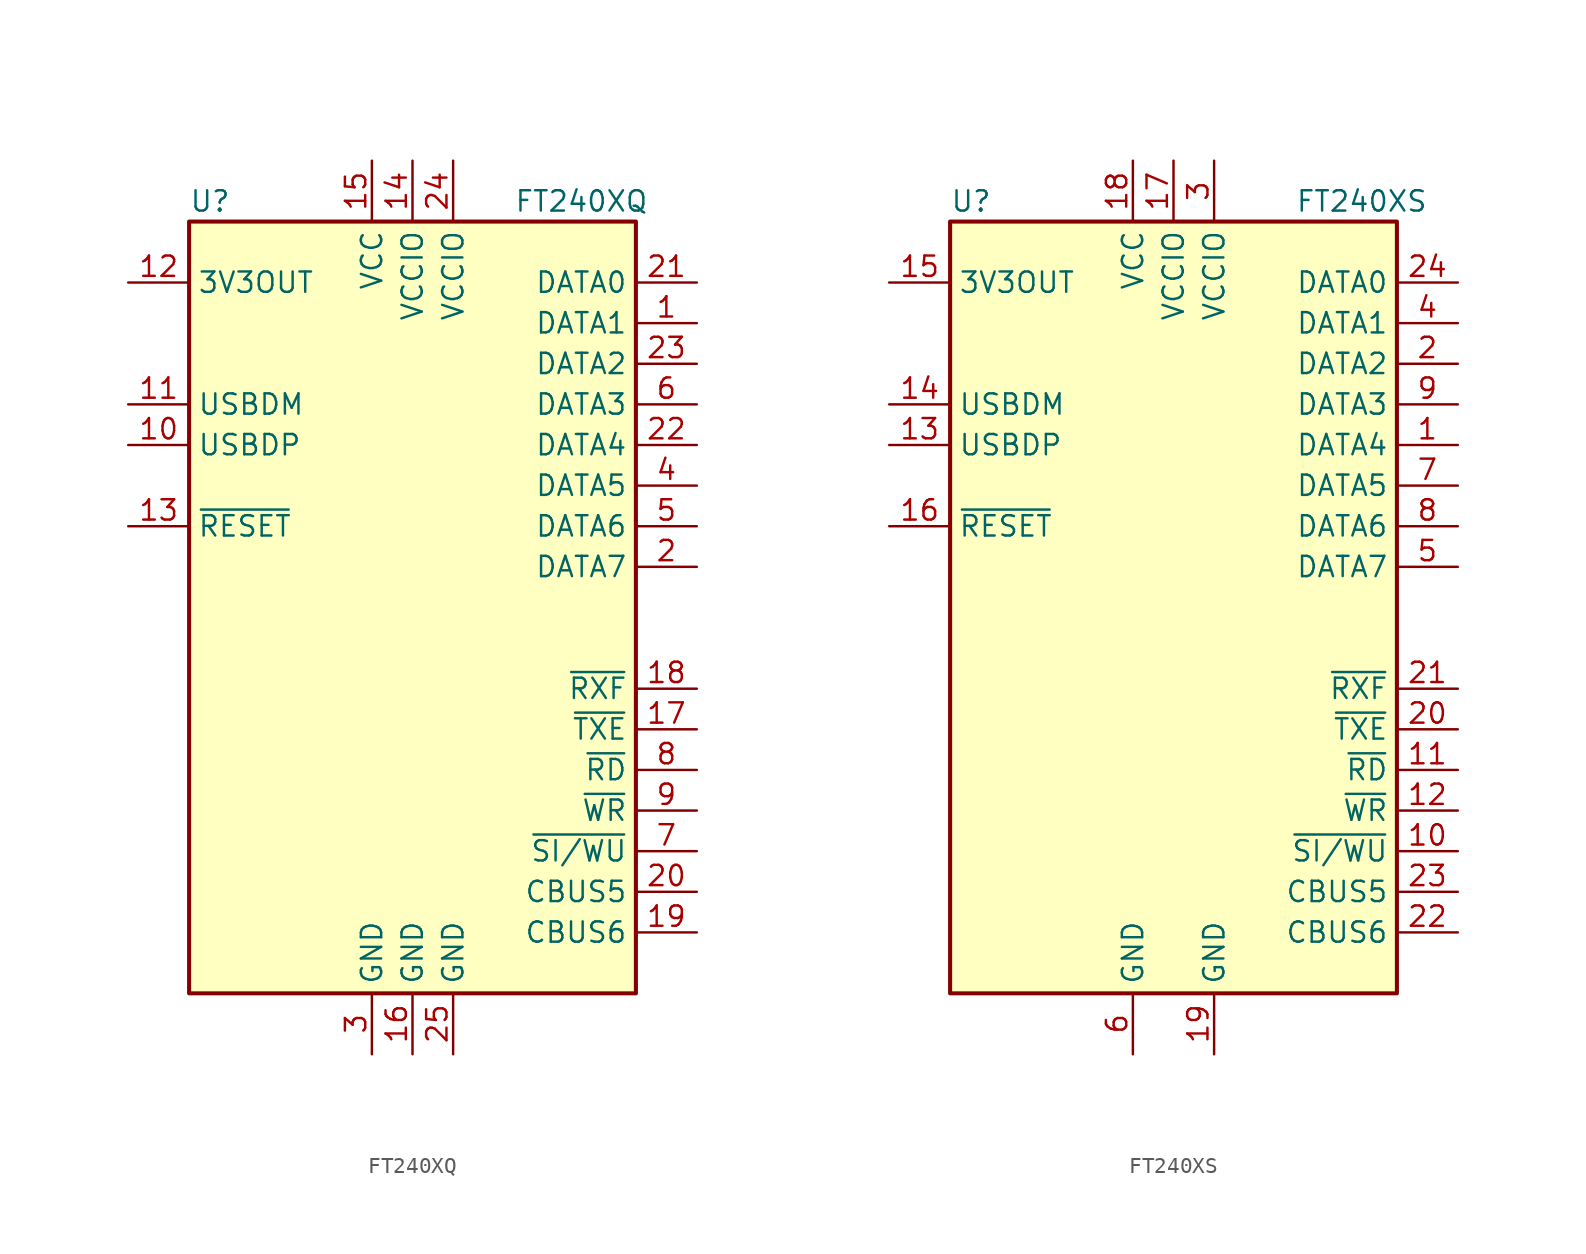
<source format=kicad_sym>
(kicad_symbol_lib
  (version 20211014)
  (generator kicad_symbol_editor)
  (symbol "FT240XQ"
    (property "Reference" "U"
      (at -13.97 25.4 0)
      (effects (font (size 1.27 1.27)) (justify left)))
    (property "Value" "FT240XQ"
      (at 6.35 25.4 0)
      (effects (font (size 1.27 1.27)) (justify left)))
    (symbol "FT240XQ_0_1"
      (rectangle (start 13.97 -24.13) (end -13.97 24.13) (stroke (width 0.254) (type default) (color 0 0 0 0)) (fill (type background))))
    (symbol "FT240XQ_1_1"
      (pin bidirectional line (at 17.78 17.78 180) (length 3.81) (name "DATA1" (effects (font (size 1.27 1.27)))) (number "1" (effects (font (size 1.27 1.27)))))
      (pin bidirectional line (at -17.78 10.16 0) (length 3.81) (name "USBDP" (effects (font (size 1.27 1.27)))) (number "10" (effects (font (size 1.27 1.27)))))
      (pin bidirectional line (at -17.78 12.7 0) (length 3.81) (name "USBDM" (effects (font (size 1.27 1.27)))) (number "11" (effects (font (size 1.27 1.27)))))
      (pin power_out line (at -17.78 20.32 0) (length 3.81) (name "3V3OUT" (effects (font (size 1.27 1.27)))) (number "12" (effects (font (size 1.27 1.27)))))
      (pin input line (at -17.78 5.08 0) (length 3.81) (name "~{RESET}" (effects (font (size 1.27 1.27)))) (number "13" (effects (font (size 1.27 1.27)))))
      (pin power_in line (at 0 27.94 270) (length 3.81) (name "VCCIO" (effects (font (size 1.27 1.27)))) (number "14" (effects (font (size 1.27 1.27)))))
      (pin power_in line (at -2.54 27.94 270) (length 3.81) (name "VCC" (effects (font (size 1.27 1.27)))) (number "15" (effects (font (size 1.27 1.27)))))
      (pin power_in line (at 0 -27.94 90) (length 3.81) (name "GND" (effects (font (size 1.27 1.27)))) (number "16" (effects (font (size 1.27 1.27)))))
      (pin output line (at 17.78 -7.62 180) (length 3.81) (name "~{TXE}" (effects (font (size 1.27 1.27)))) (number "17" (effects (font (size 1.27 1.27)))))
      (pin output line (at 17.78 -5.08 180) (length 3.81) (name "~{RXF}" (effects (font (size 1.27 1.27)))) (number "18" (effects (font (size 1.27 1.27)))))
      (pin bidirectional line (at 17.78 -20.32 180) (length 3.81) (name "CBUS6" (effects (font (size 1.27 1.27)))) (number "19" (effects (font (size 1.27 1.27)))))
      (pin bidirectional line (at 17.78 2.54 180) (length 3.81) (name "DATA7" (effects (font (size 1.27 1.27)))) (number "2" (effects (font (size 1.27 1.27)))))
      (pin bidirectional line (at 17.78 -17.78 180) (length 3.81) (name "CBUS5" (effects (font (size 1.27 1.27)))) (number "20" (effects (font (size 1.27 1.27)))))
      (pin bidirectional line (at 17.78 20.32 180) (length 3.81) (name "DATA0" (effects (font (size 1.27 1.27)))) (number "21" (effects (font (size 1.27 1.27)))))
      (pin bidirectional line (at 17.78 10.16 180) (length 3.81) (name "DATA4" (effects (font (size 1.27 1.27)))) (number "22" (effects (font (size 1.27 1.27)))))
      (pin bidirectional line (at 17.78 15.24 180) (length 3.81) (name "DATA2" (effects (font (size 1.27 1.27)))) (number "23" (effects (font (size 1.27 1.27)))))
      (pin power_in line (at 2.54 27.94 270) (length 3.81) (name "VCCIO" (effects (font (size 1.27 1.27)))) (number "24" (effects (font (size 1.27 1.27)))))
      (pin power_in line (at 2.54 -27.94 90) (length 3.81) (name "GND" (effects (font (size 1.27 1.27)))) (number "25" (effects (font (size 1.27 1.27)))))
      (pin power_in line (at -2.54 -27.94 90) (length 3.81) (name "GND" (effects (font (size 1.27 1.27)))) (number "3" (effects (font (size 1.27 1.27)))))
      (pin bidirectional line (at 17.78 7.62 180) (length 3.81) (name "DATA5" (effects (font (size 1.27 1.27)))) (number "4" (effects (font (size 1.27 1.27)))))
      (pin bidirectional line (at 17.78 5.08 180) (length 3.81) (name "DATA6" (effects (font (size 1.27 1.27)))) (number "5" (effects (font (size 1.27 1.27)))))
      (pin bidirectional line (at 17.78 12.7 180) (length 3.81) (name "DATA3" (effects (font (size 1.27 1.27)))) (number "6" (effects (font (size 1.27 1.27)))))
      (pin input line (at 17.78 -15.24 180) (length 3.81) (name "~{SI/WU}" (effects (font (size 1.27 1.27)))) (number "7" (effects (font (size 1.27 1.27)))))
      (pin input line (at 17.78 -10.16 180) (length 3.81) (name "~{RD}" (effects (font (size 1.27 1.27)))) (number "8" (effects (font (size 1.27 1.27)))))
      (pin input line (at 17.78 -12.7 180) (length 3.81) (name "~{WR}" (effects (font (size 1.27 1.27)))) (number "9" (effects (font (size 1.27 1.27)))))))
  (symbol "FT240XS"
    (property "Reference" "U"
      (at -13.97 25.4 0)
      (effects (font (size 1.27 1.27)) (justify left)))
    (property "Value" "FT240XS"
      (at 7.62 25.4 0)
      (effects (font (size 1.27 1.27)) (justify left)))
    (symbol "FT240XS_0_1"
      (rectangle (start 13.97 -24.13) (end -13.97 24.13) (stroke (width 0.254) (type default) (color 0 0 0 0)) (fill (type background))))
    (symbol "FT240XS_1_1"
      (pin bidirectional line (at 17.78 10.16 180) (length 3.81) (name "DATA4" (effects (font (size 1.27 1.27)))) (number "1" (effects (font (size 1.27 1.27)))))
      (pin input line (at 17.78 -15.24 180) (length 3.81) (name "~{SI/WU}" (effects (font (size 1.27 1.27)))) (number "10" (effects (font (size 1.27 1.27)))))
      (pin input line (at 17.78 -10.16 180) (length 3.81) (name "~{RD}" (effects (font (size 1.27 1.27)))) (number "11" (effects (font (size 1.27 1.27)))))
      (pin input line (at 17.78 -12.7 180) (length 3.81) (name "~{WR}" (effects (font (size 1.27 1.27)))) (number "12" (effects (font (size 1.27 1.27)))))
      (pin bidirectional line (at -17.78 10.16 0) (length 3.81) (name "USBDP" (effects (font (size 1.27 1.27)))) (number "13" (effects (font (size 1.27 1.27)))))
      (pin bidirectional line (at -17.78 12.7 0) (length 3.81) (name "USBDM" (effects (font (size 1.27 1.27)))) (number "14" (effects (font (size 1.27 1.27)))))
      (pin power_out line (at -17.78 20.32 0) (length 3.81) (name "3V3OUT" (effects (font (size 1.27 1.27)))) (number "15" (effects (font (size 1.27 1.27)))))
      (pin input line (at -17.78 5.08 0) (length 3.81) (name "~{RESET}" (effects (font (size 1.27 1.27)))) (number "16" (effects (font (size 1.27 1.27)))))
      (pin bidirectional line (at 0 27.94 270) (length 3.81) (name "VCCIO" (effects (font (size 1.27 1.27)))) (number "17" (effects (font (size 1.27 1.27)))))
      (pin power_in line (at -2.54 27.94 270) (length 3.81) (name "VCC" (effects (font (size 1.27 1.27)))) (number "18" (effects (font (size 1.27 1.27)))))
      (pin power_in line (at 2.54 -27.94 90) (length 3.81) (name "GND" (effects (font (size 1.27 1.27)))) (number "19" (effects (font (size 1.27 1.27)))))
      (pin bidirectional line (at 17.78 15.24 180) (length 3.81) (name "DATA2" (effects (font (size 1.27 1.27)))) (number "2" (effects (font (size 1.27 1.27)))))
      (pin output line (at 17.78 -7.62 180) (length 3.81) (name "~{TXE}" (effects (font (size 1.27 1.27)))) (number "20" (effects (font (size 1.27 1.27)))))
      (pin output line (at 17.78 -5.08 180) (length 3.81) (name "~{RXF}" (effects (font (size 1.27 1.27)))) (number "21" (effects (font (size 1.27 1.27)))))
      (pin bidirectional line (at 17.78 -20.32 180) (length 3.81) (name "CBUS6" (effects (font (size 1.27 1.27)))) (number "22" (effects (font (size 1.27 1.27)))))
      (pin bidirectional line (at 17.78 -17.78 180) (length 3.81) (name "CBUS5" (effects (font (size 1.27 1.27)))) (number "23" (effects (font (size 1.27 1.27)))))
      (pin bidirectional line (at 17.78 20.32 180) (length 3.81) (name "DATA0" (effects (font (size 1.27 1.27)))) (number "24" (effects (font (size 1.27 1.27)))))
      (pin power_in line (at 2.54 27.94 270) (length 3.81) (name "VCCIO" (effects (font (size 1.27 1.27)))) (number "3" (effects (font (size 1.27 1.27)))))
      (pin bidirectional line (at 17.78 17.78 180) (length 3.81) (name "DATA1" (effects (font (size 1.27 1.27)))) (number "4" (effects (font (size 1.27 1.27)))))
      (pin bidirectional line (at 17.78 2.54 180) (length 3.81) (name "DATA7" (effects (font (size 1.27 1.27)))) (number "5" (effects (font (size 1.27 1.27)))))
      (pin power_in line (at -2.54 -27.94 90) (length 3.81) (name "GND" (effects (font (size 1.27 1.27)))) (number "6" (effects (font (size 1.27 1.27)))))
      (pin bidirectional line (at 17.78 7.62 180) (length 3.81) (name "DATA5" (effects (font (size 1.27 1.27)))) (number "7" (effects (font (size 1.27 1.27)))))
      (pin bidirectional line (at 17.78 5.08 180) (length 3.81) (name "DATA6" (effects (font (size 1.27 1.27)))) (number "8" (effects (font (size 1.27 1.27)))))
      (pin bidirectional line (at 17.78 12.7 180) (length 3.81) (name "DATA3" (effects (font (size 1.27 1.27)))) (number "9" (effects (font (size 1.27 1.27))))))))
</source>
